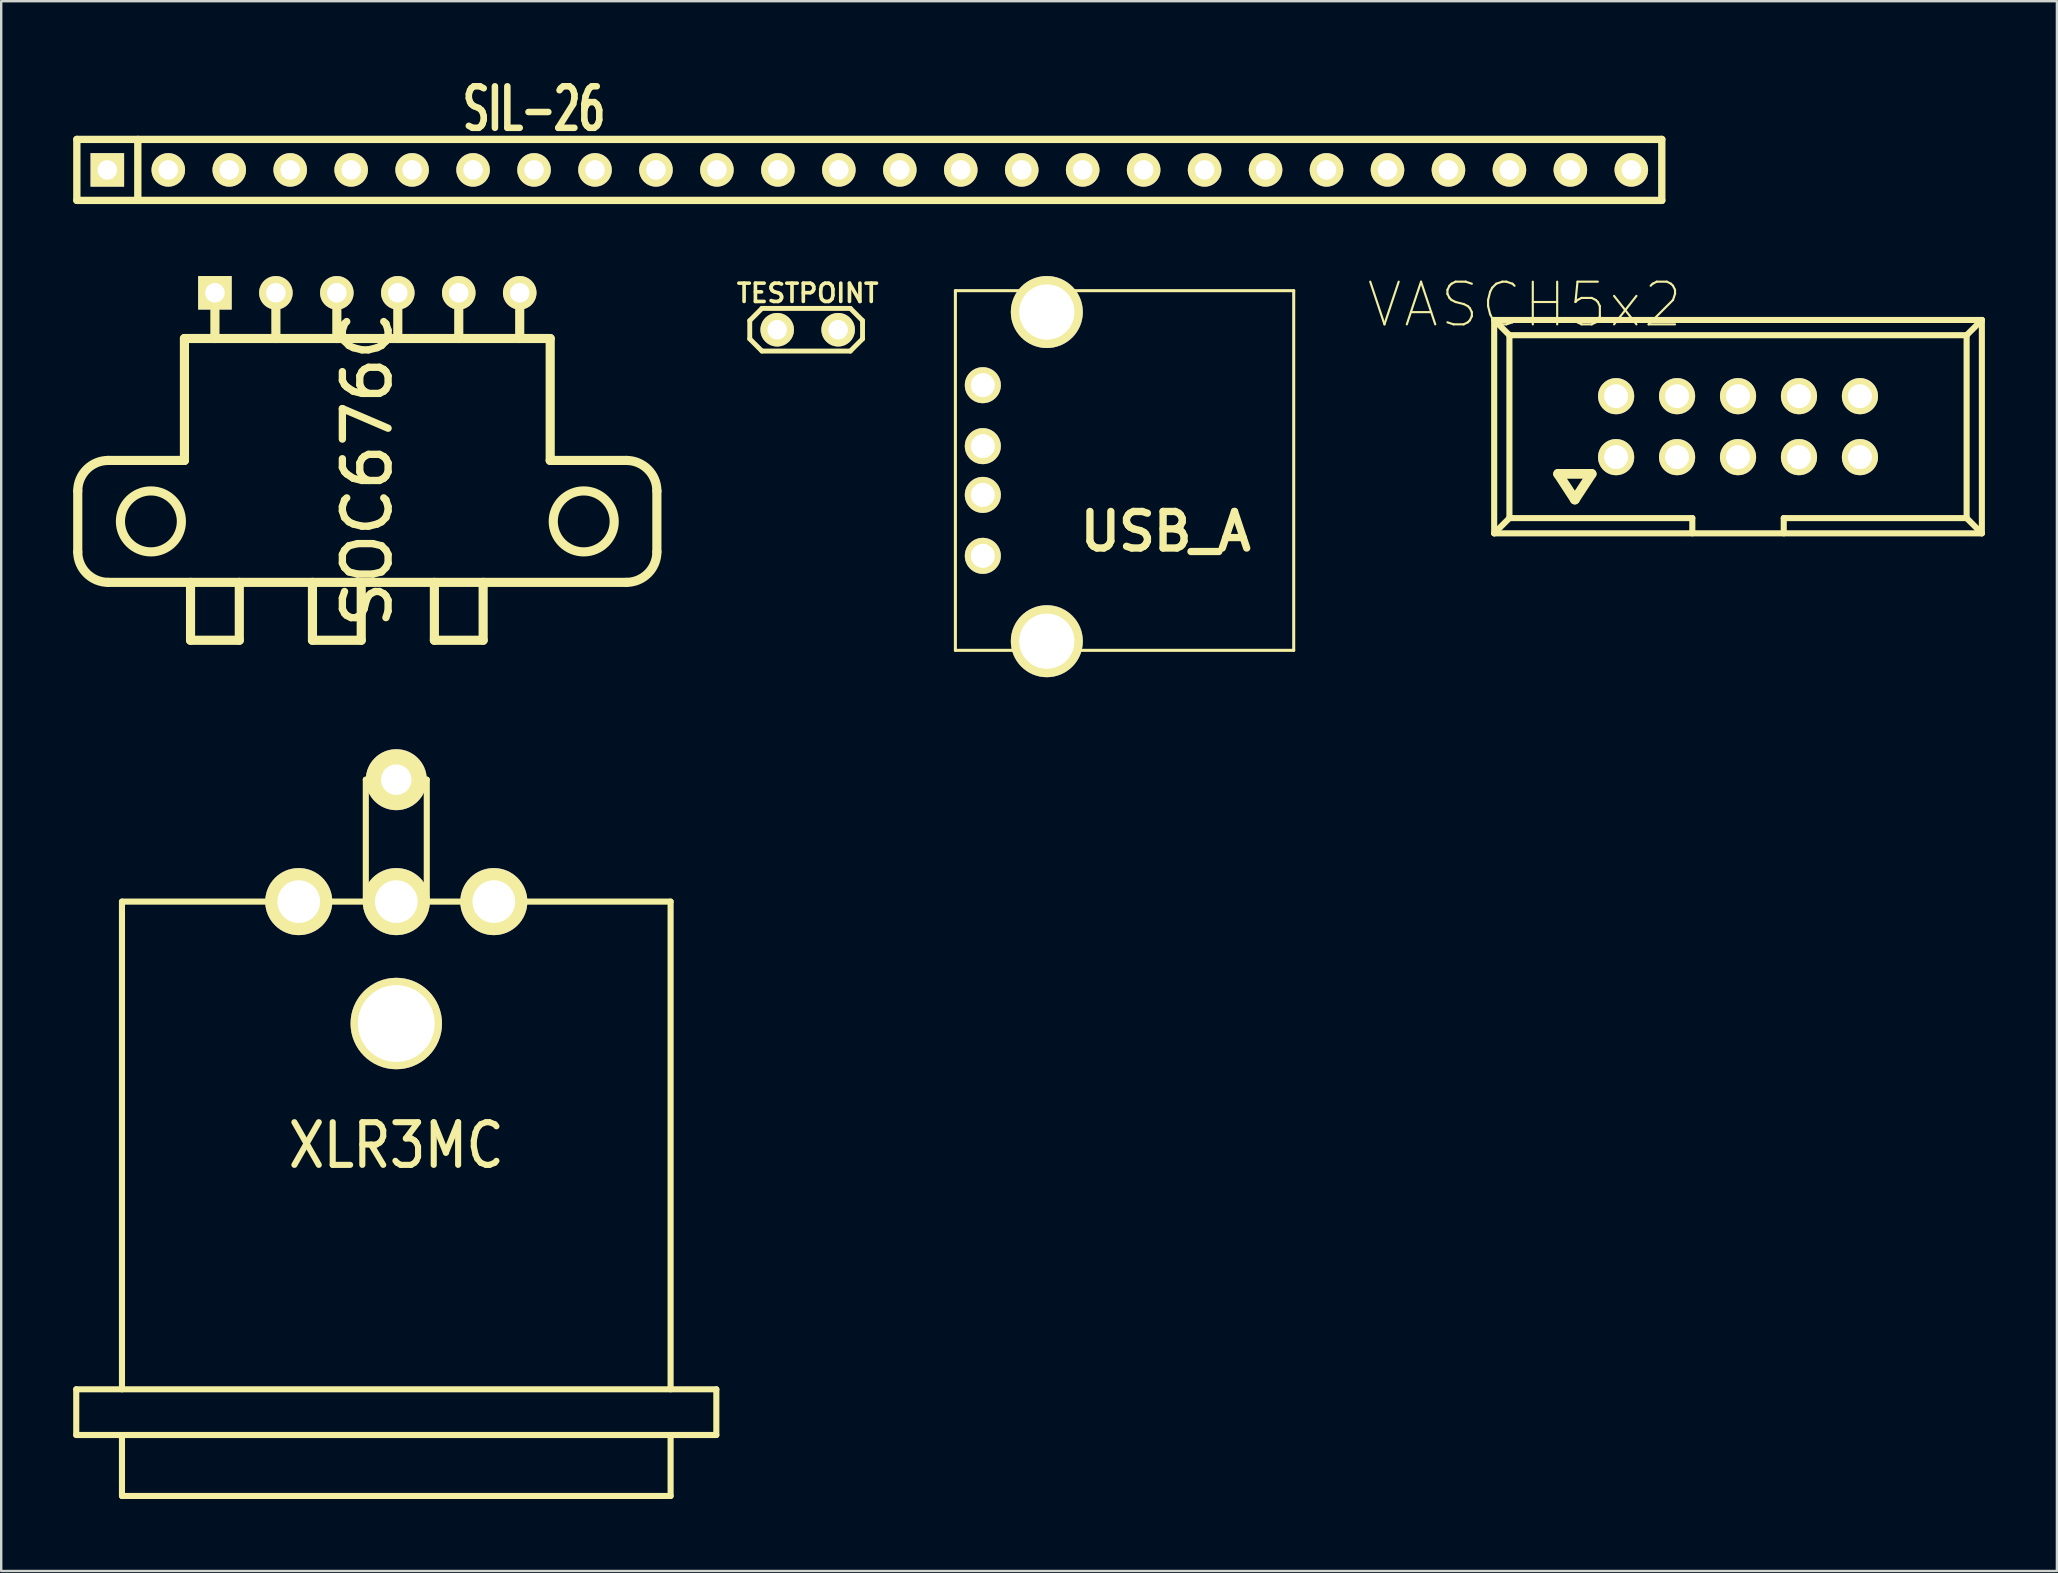
<source format=kicad_pcb>
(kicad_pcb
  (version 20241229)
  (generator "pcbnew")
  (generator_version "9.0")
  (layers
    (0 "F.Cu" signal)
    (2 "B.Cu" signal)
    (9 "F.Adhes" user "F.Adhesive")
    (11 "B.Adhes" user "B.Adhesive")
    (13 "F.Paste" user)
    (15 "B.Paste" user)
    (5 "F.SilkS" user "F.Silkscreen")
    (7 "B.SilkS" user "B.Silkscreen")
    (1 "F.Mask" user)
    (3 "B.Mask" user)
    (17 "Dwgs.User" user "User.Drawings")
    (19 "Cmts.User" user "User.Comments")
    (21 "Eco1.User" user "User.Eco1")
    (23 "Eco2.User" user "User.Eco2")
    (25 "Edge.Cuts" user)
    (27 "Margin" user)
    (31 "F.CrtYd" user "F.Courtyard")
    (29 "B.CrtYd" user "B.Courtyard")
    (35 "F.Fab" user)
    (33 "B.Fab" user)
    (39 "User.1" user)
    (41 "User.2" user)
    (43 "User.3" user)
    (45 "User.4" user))
  (footprint "VASCH5x2"
    (layer "F.Cu")
    (at 69.368 14.727)
    (property "Reference" "VASCH5x2" (at -8.89 -5.08 0) (layer "F.SilkS") (effects (font (size 1.778 1.778) (thickness 0.089))))
    (attr exclude_from_pos_files exclude_from_bom)
    (fp_line (start -10.16 -4.445) (end -10.16 4.445) (stroke (width 0.254) (type solid)) (layer "F.SilkS"))
    (fp_line (start -10.16 4.445) (end 10.16 4.445) (stroke (width 0.254) (type solid)) (layer "F.SilkS"))
    (fp_line (start -9.525 -3.81) (end -10.16 -4.445) (stroke (width 0.254) (type solid)) (layer "F.SilkS"))
    (fp_line (start -9.525 -3.81) (end -9.525 3.81) (stroke (width 0.254) (type solid)) (layer "F.SilkS"))
    (fp_line (start -9.525 3.81) (end -10.16 4.445) (stroke (width 0.254) (type solid)) (layer "F.SilkS"))
    (fp_line (start -9.525 3.81) (end -1.905 3.81) (stroke (width 0.254) (type solid)) (layer "F.SilkS"))
    (fp_line (start -7.498 1.968) (end -6.8 3.038) (stroke (width 0.406) (type solid)) (layer "F.SilkS"))
    (fp_line (start -6.8 3.038) (end -6.099 1.968) (stroke (width 0.406) (type solid)) (layer "F.SilkS"))
    (fp_line (start -6.099 1.968) (end -7.498 1.968) (stroke (width 0.406) (type solid)) (layer "F.SilkS"))
    (fp_line (start -1.905 3.81) (end -1.905 4.445) (stroke (width 0.254) (type solid)) (layer "F.SilkS"))
    (fp_line (start 1.905 3.81) (end 9.525 3.81) (stroke (width 0.254) (type solid)) (layer "F.SilkS"))
    (fp_line (start 1.905 4.445) (end 1.905 3.81) (stroke (width 0.254) (type solid)) (layer "F.SilkS"))
    (fp_line (start 9.525 -3.81) (end -9.525 -3.81) (stroke (width 0.254) (type solid)) (layer "F.SilkS"))
    (fp_line (start 9.525 -3.81) (end 10.16 -4.445) (stroke (width 0.254) (type solid)) (layer "F.SilkS"))
    (fp_line (start 9.525 3.81) (end 9.525 -3.81) (stroke (width 0.254) (type solid)) (layer "F.SilkS"))
    (fp_line (start 9.525 3.81) (end 10.16 4.445) (stroke (width 0.254) (type solid)) (layer "F.SilkS"))
    (fp_line (start 10.16 -4.445) (end -10.16 -4.445) (stroke (width 0.254) (type solid)) (layer "F.SilkS"))
    (fp_line (start 10.16 -4.445) (end 10.16 4.445) (stroke (width 0.254) (type solid)) (layer "F.SilkS"))
    (pad "1" thru_hole circle (at -5.08 1.27) (size 1.506 1.506) (drill 0.998) (layers "*.Cu" "F.Mask" "F.SilkS" "F.Paste"))
    (pad "2" thru_hole circle (at -5.08 -1.27) (size 1.506 1.506) (drill 0.998) (layers "*.Cu" "F.Mask" "F.SilkS" "F.Paste"))
    (pad "3" thru_hole circle (at -2.54 1.27) (size 1.506 1.506) (drill 0.998) (layers "*.Cu" "F.Mask" "F.SilkS" "F.Paste"))
    (pad "4" thru_hole circle (at -2.54 -1.27) (size 1.506 1.506) (drill 0.998) (layers "*.Cu" "F.Mask" "F.SilkS" "F.Paste"))
    (pad "5" thru_hole circle (at 0 1.27) (size 1.506 1.506) (drill 0.998) (layers "*.Cu" "F.Mask" "F.SilkS" "F.Paste"))
    (pad "6" thru_hole circle (at 0 -1.27) (size 1.506 1.506) (drill 0.998) (layers "*.Cu" "F.Mask" "F.SilkS" "F.Paste"))
    (pad "7" thru_hole circle (at 2.54 1.27) (size 1.506 1.506) (drill 0.998) (layers "*.Cu" "F.Mask" "F.SilkS" "F.Paste"))
    (pad "8" thru_hole circle (at 2.54 -1.27) (size 1.506 1.506) (drill 0.998) (layers "*.Cu" "F.Mask" "F.SilkS" "F.Paste"))
    (pad "9" thru_hole circle (at 5.08 1.27) (size 1.506 1.506) (drill 0.998) (layers "*.Cu" "F.Mask" "F.SilkS" "F.Paste"))
    (pad "10" thru_hole circle (at 5.08 -1.27) (size 1.506 1.506) (drill 0.998) (layers "*.Cu" "F.Mask" "F.SilkS" "F.Paste")))
  (footprint "SOC676C"
    (layer "F.Cu")
    (at 12.255 9.15)
    (property "Reference" "SOC676C" (at 0 7.366 90) (layer "F.SilkS") (effects (font (size 1.905 1.905) (thickness 0.305))))
    (attr through_hole)
    (fp_line (start -12.065 10.795) (end -12.065 8.255) (stroke (width 0.381) (type solid)) (layer "F.SilkS"))
    (fp_line (start -7.62 1.905) (end 7.62 1.905) (stroke (width 0.381) (type solid)) (layer "F.SilkS"))
    (fp_line (start -7.62 6.985) (end -10.795 6.985) (stroke (width 0.381) (type solid)) (layer "F.SilkS"))
    (fp_line (start -7.62 6.985) (end -7.62 1.905) (stroke (width 0.381) (type solid)) (layer "F.SilkS"))
    (fp_line (start -7.366 12.065) (end -7.366 14.478) (stroke (width 0.381) (type solid)) (layer "F.SilkS"))
    (fp_line (start -7.366 14.478) (end -5.334 14.478) (stroke (width 0.381) (type solid)) (layer "F.SilkS"))
    (fp_line (start -6.35 0) (end -6.35 1.905) (stroke (width 0.381) (type solid)) (layer "F.SilkS"))
    (fp_line (start -5.334 14.478) (end -5.334 12.065) (stroke (width 0.381) (type solid)) (layer "F.SilkS"))
    (fp_line (start -3.81 0) (end -3.81 1.905) (stroke (width 0.381) (type solid)) (layer "F.SilkS"))
    (fp_line (start -2.286 14.478) (end -2.286 12.065) (stroke (width 0.381) (type solid)) (layer "F.SilkS"))
    (fp_line (start -1.27 0) (end -1.27 1.905) (stroke (width 0.381) (type solid)) (layer "F.SilkS"))
    (fp_line (start -0.254 12.065) (end -0.254 14.478) (stroke (width 0.381) (type solid)) (layer "F.SilkS"))
    (fp_line (start -0.254 14.478) (end -2.286 14.478) (stroke (width 0.381) (type solid)) (layer "F.SilkS"))
    (fp_line (start 1.27 0) (end 1.27 1.905) (stroke (width 0.381) (type solid)) (layer "F.SilkS"))
    (fp_line (start 2.794 12.065) (end 2.794 14.478) (stroke (width 0.381) (type solid)) (layer "F.SilkS"))
    (fp_line (start 2.794 14.478) (end 4.826 14.478) (stroke (width 0.381) (type solid)) (layer "F.SilkS"))
    (fp_line (start 3.81 0) (end 3.81 1.905) (stroke (width 0.381) (type solid)) (layer "F.SilkS"))
    (fp_line (start 4.826 14.478) (end 4.826 12.065) (stroke (width 0.381) (type solid)) (layer "F.SilkS"))
    (fp_line (start 6.35 0) (end 6.35 1.905) (stroke (width 0.381) (type solid)) (layer "F.SilkS"))
    (fp_line (start 7.62 1.905) (end 7.62 6.985) (stroke (width 0.381) (type solid)) (layer "F.SilkS"))
    (fp_line (start 7.62 6.985) (end 10.795 6.985) (stroke (width 0.381) (type solid)) (layer "F.SilkS"))
    (fp_line (start 10.795 12.065) (end -10.795 12.065) (stroke (width 0.381) (type solid)) (layer "F.SilkS"))
    (fp_line (start 12.065 8.255) (end 12.065 10.795) (stroke (width 0.381) (type solid)) (layer "F.SilkS"))
    (fp_arc (start -12.065 8.255) (mid -11.693026 7.356974) (end -10.795 6.985) (stroke (width 0.381) (type solid)) (layer "F.SilkS"))
    (fp_arc (start -10.795 12.065) (mid -11.693026 11.693026) (end -12.065 10.795) (stroke (width 0.381) (type solid)) (layer "F.SilkS"))
    (fp_arc (start 10.795 6.985) (mid 11.693026 7.356974) (end 12.065 8.255) (stroke (width 0.381) (type solid)) (layer "F.SilkS"))
    (fp_arc (start 12.065 10.795) (mid 11.693026 11.693026) (end 10.795 12.065) (stroke (width 0.381) (type solid)) (layer "F.SilkS"))
    (fp_circle (center -9.017 9.525) (end -9.017 8.255) (stroke (width 0.381) (type solid)) (fill no) (layer "F.SilkS"))
    (fp_circle (center 9.017 9.525) (end 10.287 9.525) (stroke (width 0.381) (type solid)) (fill no) (layer "F.SilkS"))
    (pad "1" thru_hole rect (at -6.35 0 90) (size 1.397 1.397) (drill 0.813) (layers "*.Cu" "*.Mask" "F.SilkS"))
    (pad "2" thru_hole circle (at -3.81 0 90) (size 1.397 1.397) (drill 0.813) (layers "*.Cu" "*.Mask" "F.SilkS"))
    (pad "3" thru_hole circle (at -1.27 0 90) (size 1.397 1.397) (drill 0.813) (layers "*.Cu" "*.Mask" "F.SilkS"))
    (pad "4" thru_hole circle (at 1.27 0 90) (size 1.397 1.397) (drill 0.813) (layers "*.Cu" "*.Mask" "F.SilkS"))
    (pad "5" thru_hole circle (at 3.81 0 90) (size 1.397 1.397) (drill 0.813) (layers "*.Cu" "*.Mask" "F.SilkS"))
    (pad "6" thru_hole circle (at 6.35 0 90) (size 1.397 1.397) (drill 0.813) (layers "*.Cu" "*.Mask" "F.SilkS")))
  (footprint "USB_A"
    (layer "F.Cu")
    (at 37.901 16.555)
    (property "Reference" "USB_A" (at 7.62 2.54 0) (layer "F.SilkS") (effects (font (size 1.524 1.524) (thickness 0.305))))
    (attr through_hole)
    (fp_line (start -1.143 -7.493) (end -1.143 7.493) (stroke (width 0.127) (type solid)) (layer "F.SilkS"))
    (fp_line (start -1.143 -7.493) (end 12.954 -7.493) (stroke (width 0.127) (type solid)) (layer "F.SilkS"))
    (fp_line (start 12.954 -7.493) (end 12.954 7.493) (stroke (width 0.127) (type solid)) (layer "F.SilkS"))
    (fp_line (start 12.954 7.493) (end -1.143 7.493) (stroke (width 0.127) (type solid)) (layer "F.SilkS"))
    (pad "1" thru_hole circle (at 0 3.556) (size 1.501 1.501) (drill 1.001) (layers "*.Cu" "*.Mask" "F.SilkS"))
    (pad "2" thru_hole circle (at 0 1.016) (size 1.501 1.501) (drill 1.001) (layers "*.Cu" "*.Mask" "F.SilkS"))
    (pad "3" thru_hole circle (at 0 -1.016) (size 1.501 1.501) (drill 1.001) (layers "*.Cu" "*.Mask" "F.SilkS"))
    (pad "4" thru_hole circle (at 0 -3.556) (size 1.501 1.501) (drill 1.001) (layers "*.Cu" "*.Mask" "F.SilkS"))
    (pad "5" thru_hole circle (at 2.667 -6.604) (size 3 3) (drill 2.301) (layers "*.Cu" "*.Mask" "F.SilkS"))
    (pad "6" thru_hole circle (at 2.667 7.112) (size 3 3) (drill 2.301) (layers "*.Cu" "*.Mask" "F.SilkS")))
  (footprint "XLR3MC"
    (layer "F.Cu")
    (at 13.462 34.517)
    (property "Reference" "XLR3MC" (at 0 10.16 0) (layer "F.SilkS") (effects (font (size 1.778 1.524) (thickness 0.254))))
    (attr through_hole)
    (fp_line (start -13.335 20.32) (end -13.335 22.225) (stroke (width 0.254) (type solid)) (layer "F.SilkS"))
    (fp_line (start -13.335 22.225) (end 13.335 22.225) (stroke (width 0.254) (type solid)) (layer "F.SilkS"))
    (fp_line (start -11.43 0) (end -11.43 20.32) (stroke (width 0.254) (type solid)) (layer "F.SilkS"))
    (fp_line (start -11.43 0) (end 11.43 0) (stroke (width 0.254) (type solid)) (layer "F.SilkS"))
    (fp_line (start -11.43 22.225) (end -11.43 24.13) (stroke (width 0.254) (type solid)) (layer "F.SilkS"))
    (fp_line (start -11.43 24.13) (end -11.43 24.765) (stroke (width 0.254) (type solid)) (layer "F.SilkS"))
    (fp_line (start -11.43 24.765) (end 11.43 24.765) (stroke (width 0.254) (type solid)) (layer "F.SilkS"))
    (fp_line (start -1.27 -5.08) (end 1.27 -5.08) (stroke (width 0.254) (type solid)) (layer "F.SilkS"))
    (fp_line (start -1.27 0) (end -1.27 -5.08) (stroke (width 0.254) (type solid)) (layer "F.SilkS"))
    (fp_line (start 1.27 -5.08) (end 1.27 0) (stroke (width 0.254) (type solid)) (layer "F.SilkS"))
    (fp_line (start 11.43 0) (end 11.43 20.32) (stroke (width 0.254) (type solid)) (layer "F.SilkS"))
    (fp_line (start 11.43 24.765) (end 11.43 22.225) (stroke (width 0.254) (type solid)) (layer "F.SilkS"))
    (fp_line (start 13.335 20.32) (end -13.335 20.32) (stroke (width 0.254) (type solid)) (layer "F.SilkS"))
    (fp_line (start 13.335 22.225) (end 13.335 20.32) (stroke (width 0.254) (type solid)) (layer "F.SilkS"))
    (pad "" thru_hole circle (at 0 5.08) (size 3.81 3.81) (drill 3.2) (layers "*.Cu" "*.Mask" "F.SilkS"))
    (pad "1" thru_hole circle (at -4.064 0) (size 2.794 2.794) (drill 1.778) (layers "*.Cu" "*.Mask" "F.SilkS"))
    (pad "2" thru_hole circle (at 4.064 0) (size 2.794 2.794) (drill 1.778) (layers "*.Cu" "*.Mask" "F.SilkS"))
    (pad "3" thru_hole circle (at 0 0) (size 2.794 2.794) (drill 1.778) (layers "*.Cu" "*.Mask" "F.SilkS"))
    (pad "4" thru_hole circle (at 0 -5.08) (size 2.54 2.54) (drill 1.27) (layers "*.Cu" "*.Mask" "F.SilkS")))
  (footprint "TESTPOINT"
    (layer "F.Cu")
    (at 30.603 10.689)
    (property "Reference" "TESTPOINT" (at 0 -1.524 0) (layer "F.SilkS") (effects (font (size 0.762 0.762) (thickness 0.152))))
    (attr through_hole)
    (fp_line (start -2.413 -0.381) (end -1.905 -0.889) (stroke (width 0.203) (type solid)) (layer "F.SilkS"))
    (fp_line (start -2.413 0.381) (end -2.413 -0.381) (stroke (width 0.203) (type solid)) (layer "F.SilkS"))
    (fp_line (start -1.905 -0.889) (end 1.778 -0.889) (stroke (width 0.203) (type solid)) (layer "F.SilkS"))
    (fp_line (start -1.905 0.889) (end -2.413 0.381) (stroke (width 0.203) (type solid)) (layer "F.SilkS"))
    (fp_line (start 1.778 -0.889) (end 2.286 -0.381) (stroke (width 0.203) (type solid)) (layer "F.SilkS"))
    (fp_line (start 1.778 0.889) (end -1.905 0.889) (stroke (width 0.203) (type solid)) (layer "F.SilkS"))
    (fp_line (start 2.286 -0.381) (end 2.286 0.381) (stroke (width 0.203) (type solid)) (layer "F.SilkS"))
    (fp_line (start 2.286 0.381) (end 1.778 0.889) (stroke (width 0.203) (type solid)) (layer "F.SilkS"))
    (pad "1" thru_hole circle (at -1.27 0) (size 1.397 1.397) (drill 0.813) (layers "*.Cu" "*.Mask" "F.SilkS"))
    (pad "1" thru_hole circle (at 1.27 0) (size 1.397 1.397) (drill 0.813) (layers "*.Cu" "*.Mask" "F.SilkS")))
  (footprint "SIL-26"
    (layer "F.Cu")
    (at 33.172 4.029)
    (property "Reference" "SIL-26" (at -13.97 -2.54 180) (layer "F.SilkS") (effects (font (size 1.73 1.087) (thickness 0.305))))
    (attr through_hole)
    (fp_line (start -33.02 -1.27) (end 33.02 -1.27) (stroke (width 0.305) (type solid)) (layer "F.SilkS"))
    (fp_line (start -33.02 1.27) (end -33.02 -1.27) (stroke (width 0.305) (type solid)) (layer "F.SilkS"))
    (fp_line (start -30.48 -1.27) (end -30.48 1.27) (stroke (width 0.305) (type solid)) (layer "F.SilkS"))
    (fp_line (start 33.02 -1.27) (end 33.02 1.27) (stroke (width 0.305) (type solid)) (layer "F.SilkS"))
    (fp_line (start 33.02 1.27) (end -33.02 1.27) (stroke (width 0.305) (type solid)) (layer "F.SilkS"))
    (pad "1" thru_hole rect (at -31.75 0) (size 1.397 1.397) (drill 0.813) (layers "*.Cu" "*.Mask" "F.SilkS"))
    (pad "2" thru_hole circle (at -29.21 0) (size 1.397 1.397) (drill 0.813) (layers "*.Cu" "*.Mask" "F.SilkS"))
    (pad "3" thru_hole circle (at -26.67 0) (size 1.397 1.397) (drill 0.813) (layers "*.Cu" "*.Mask" "F.SilkS"))
    (pad "4" thru_hole circle (at -24.13 0) (size 1.397 1.397) (drill 0.813) (layers "*.Cu" "*.Mask" "F.SilkS"))
    (pad "5" thru_hole circle (at -21.59 0) (size 1.397 1.397) (drill 0.813) (layers "*.Cu" "*.Mask" "F.SilkS"))
    (pad "6" thru_hole circle (at -19.05 0) (size 1.397 1.397) (drill 0.813) (layers "*.Cu" "*.Mask" "F.SilkS"))
    (pad "7" thru_hole circle (at -16.51 0) (size 1.397 1.397) (drill 0.813) (layers "*.Cu" "*.Mask" "F.SilkS"))
    (pad "8" thru_hole circle (at -13.97 0) (size 1.397 1.397) (drill 0.813) (layers "*.Cu" "*.Mask" "F.SilkS"))
    (pad "9" thru_hole circle (at -11.43 0) (size 1.397 1.397) (drill 0.813) (layers "*.Cu" "*.Mask" "F.SilkS"))
    (pad "10" thru_hole circle (at -8.89 0) (size 1.397 1.397) (drill 0.813) (layers "*.Cu" "*.Mask" "F.SilkS"))
    (pad "11" thru_hole circle (at -6.35 0) (size 1.397 1.397) (drill 0.813) (layers "*.Cu" "*.Mask" "F.SilkS"))
    (pad "12" thru_hole circle (at -3.81 0) (size 1.397 1.397) (drill 0.813) (layers "*.Cu" "*.Mask" "F.SilkS"))
    (pad "13" thru_hole circle (at -1.27 0) (size 1.397 1.397) (drill 0.813) (layers "*.Cu" "*.Mask" "F.SilkS"))
    (pad "14" thru_hole circle (at 1.27 0) (size 1.397 1.397) (drill 0.813) (layers "*.Cu" "*.Mask" "F.SilkS"))
    (pad "15" thru_hole circle (at 3.81 0) (size 1.397 1.397) (drill 0.813) (layers "*.Cu" "*.Mask" "F.SilkS"))
    (pad "16" thru_hole circle (at 6.35 0) (size 1.397 1.397) (drill 0.813) (layers "*.Cu" "*.Mask" "F.SilkS"))
    (pad "17" thru_hole circle (at 8.89 0) (size 1.397 1.397) (drill 0.813) (layers "*.Cu" "*.Mask" "F.SilkS"))
    (pad "18" thru_hole circle (at 11.43 0) (size 1.397 1.397) (drill 0.813) (layers "*.Cu" "*.Mask" "F.SilkS"))
    (pad "19" thru_hole circle (at 13.97 0) (size 1.397 1.397) (drill 0.813) (layers "*.Cu" "*.Mask" "F.SilkS"))
    (pad "20" thru_hole circle (at 16.51 0) (size 1.397 1.397) (drill 0.813) (layers "*.Cu" "*.Mask" "F.SilkS"))
    (pad "21" thru_hole circle (at 19.05 0) (size 1.397 1.397) (drill 0.813) (layers "*.Cu" "*.Mask" "F.SilkS"))
    (pad "22" thru_hole circle (at 21.59 0) (size 1.397 1.397) (drill 0.813) (layers "*.Cu" "*.Mask" "F.SilkS"))
    (pad "23" thru_hole circle (at 24.13 0) (size 1.397 1.397) (drill 0.813) (layers "*.Cu" "*.Mask" "F.SilkS"))
    (pad "24" thru_hole circle (at 26.67 0) (size 1.397 1.397) (drill 0.813) (layers "*.Cu" "*.Mask" "F.SilkS"))
    (pad "25" thru_hole circle (at 29.21 0) (size 1.397 1.397) (drill 0.813) (layers "*.Cu" "*.Mask" "F.SilkS"))
    (pad "26" thru_hole circle (at 31.75 0) (size 1.397 1.397) (drill 0.813) (layers "*.Cu" "*.Mask" "F.SilkS")))
  (gr_rect
    (start -3 -3)
    (end 82.655 62.409)
    (stroke (width 0.1) (type default))
    (fill no)
    (layer "Edge.Cuts")))
</source>
